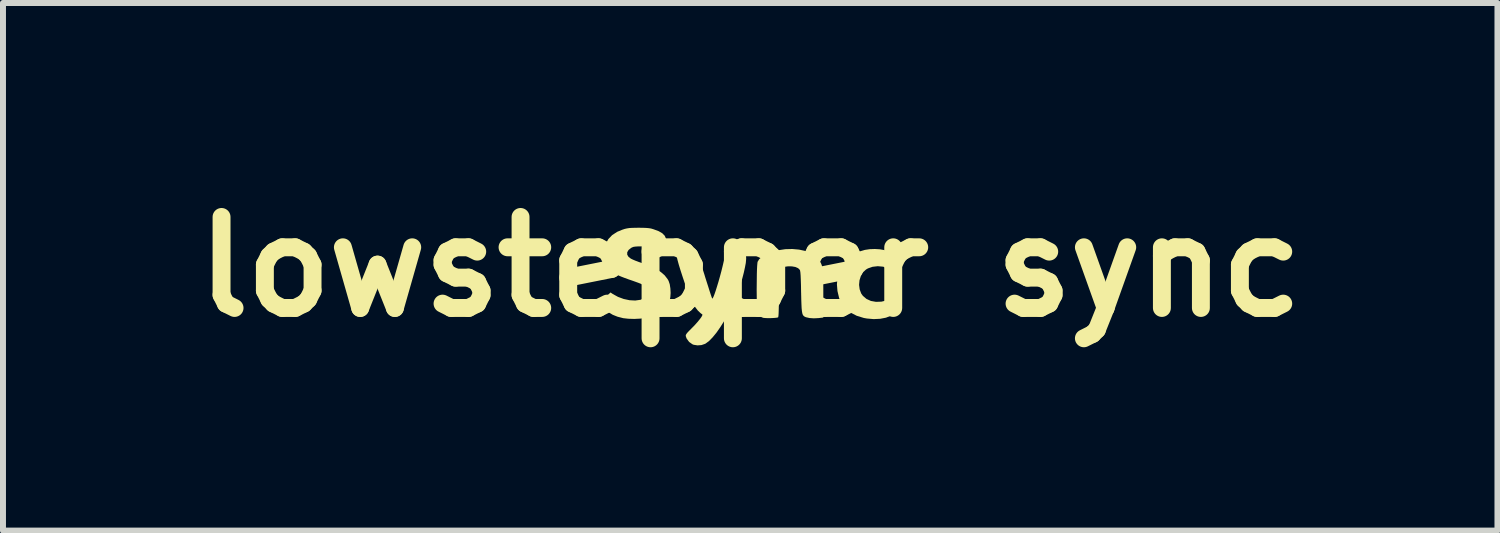
<source format=kicad_pcb>
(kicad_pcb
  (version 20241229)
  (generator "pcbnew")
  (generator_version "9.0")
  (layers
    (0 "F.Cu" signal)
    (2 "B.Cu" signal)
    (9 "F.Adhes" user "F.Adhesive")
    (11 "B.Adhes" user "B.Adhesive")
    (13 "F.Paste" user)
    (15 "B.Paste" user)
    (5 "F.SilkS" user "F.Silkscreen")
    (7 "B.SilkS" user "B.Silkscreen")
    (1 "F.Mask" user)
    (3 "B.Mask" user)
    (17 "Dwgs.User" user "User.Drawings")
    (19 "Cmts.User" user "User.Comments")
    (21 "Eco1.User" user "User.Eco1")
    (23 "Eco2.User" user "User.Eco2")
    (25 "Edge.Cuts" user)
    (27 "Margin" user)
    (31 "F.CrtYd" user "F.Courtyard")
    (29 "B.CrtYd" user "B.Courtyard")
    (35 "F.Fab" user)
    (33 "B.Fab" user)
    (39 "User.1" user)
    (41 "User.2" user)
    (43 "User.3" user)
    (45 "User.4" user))
  (footprint "lowstepper sync"
    (layer "F.Cu")
    (at 9.514 1.418)
    (property "Reference" "lowstepper sync" (at 0 0 0) (layer "F.SilkS") (effects (font (size 1.524 1.524) (thickness 0.3))))
    (attr board_only exclude_from_pos_files exclude_from_bom)
    (fp_poly (pts (xy 2.17 -0.293) (xy 2.244 -0.28) (xy 2.289 -0.264) (xy 2.355 -0.226) (xy 2.403 -0.18) (xy 2.43 -0.128) (xy 2.436 -0.073) (xy 2.419 -0.018) (xy 2.397 0.016) (xy 2.371 0.05) (xy 2.311 0.024) (xy 2.225 -0.002) (xy 2.136 -0.01) (xy 2.049 -0.000081) (xy 1.971 0.027) (xy 1.939 0.046) (xy 1.888 0.093) (xy 1.852 0.156) (xy 1.83 0.227) (xy 1.823 0.303) (xy 1.833 0.378) (xy 1.858 0.446) (xy 1.887 0.487) (xy 1.947 0.538) (xy 2.021 0.572) (xy 2.106 0.587) (xy 2.197 0.584) (xy 2.28 0.564) (xy 2.324 0.552) (xy 2.36 0.545) (xy 2.381 0.544) (xy 2.382 0.544) (xy 2.406 0.564) (xy 2.428 0.599) (xy 2.444 0.641) (xy 2.449 0.676) (xy 2.44 0.732) (xy 2.413 0.777) (xy 2.365 0.814) (xy 2.357 0.819) (xy 2.274 0.852) (xy 2.175 0.871) (xy 2.067 0.876) (xy 1.954 0.866) (xy 1.903 0.857) (xy 1.785 0.821) (xy 1.684 0.769) (xy 1.6 0.701) (xy 1.535 0.617) (xy 1.488 0.519) (xy 1.461 0.406) (xy 1.452 0.294) (xy 1.463 0.169) (xy 1.494 0.057) (xy 1.544 -0.042) (xy 1.613 -0.126) (xy 1.7 -0.196) (xy 1.804 -0.249) (xy 1.921 -0.283) (xy 2.001 -0.295) (xy 2.087 -0.298)) (stroke (width 0) (type solid)) (fill yes) (layer "F.SilkS"))
    (fp_poly (pts (xy 0.817 -0.288) (xy 0.919 -0.266) (xy 1.01 -0.23) (xy 1.087 -0.183) (xy 1.145 -0.125) (xy 1.151 -0.115) (xy 1.17 -0.087) (xy 1.185 -0.059) (xy 1.197 -0.029) (xy 1.207 0.006) (xy 1.214 0.049) (xy 1.218 0.102) (xy 1.222 0.169) (xy 1.223 0.252) (xy 1.224 0.353) (xy 1.224 0.457) (xy 1.224 0.85) (xy 1.145 0.859) (xy 1.065 0.863) (xy 0.993 0.858) (xy 0.935 0.845) (xy 0.922 0.84) (xy 0.905 0.831) (xy 0.891 0.819) (xy 0.88 0.802) (xy 0.872 0.778) (xy 0.866 0.743) (xy 0.861 0.696) (xy 0.858 0.632) (xy 0.855 0.551) (xy 0.853 0.449) (xy 0.852 0.42) (xy 0.85 0.306) (xy 0.847 0.214) (xy 0.844 0.144) (xy 0.84 0.094) (xy 0.835 0.063) (xy 0.831 0.052) (xy 0.802 0.023) (xy 0.756 0.003) (xy 0.698 -0.007) (xy 0.634 -0.008) (xy 0.57 0.001) (xy 0.525 0.016) (xy 0.48 0.035) (xy 0.48 0.437) (xy 0.48 0.558) (xy 0.479 0.657) (xy 0.477 0.734) (xy 0.475 0.79) (xy 0.472 0.827) (xy 0.468 0.845) (xy 0.467 0.847) (xy 0.447 0.852) (xy 0.409 0.856) (xy 0.362 0.859) (xy 0.312 0.86) (xy 0.265 0.859) (xy 0.229 0.856) (xy 0.215 0.854) (xy 0.168 0.834) (xy 0.139 0.811) (xy 0.123 0.778) (xy 0.121 0.771) (xy 0.117 0.745) (xy 0.114 0.699) (xy 0.111 0.636) (xy 0.11 0.561) (xy 0.109 0.477) (xy 0.108 0.388) (xy 0.109 0.296) (xy 0.11 0.207) (xy 0.111 0.123) (xy 0.113 0.049) (xy 0.116 -0.013) (xy 0.12 -0.058) (xy 0.123 -0.083) (xy 0.124 -0.084) (xy 0.149 -0.125) (xy 0.193 -0.166) (xy 0.253 -0.204) (xy 0.323 -0.237) (xy 0.348 -0.246) (xy 0.468 -0.277) (xy 0.588 -0.295) (xy 0.705 -0.298)) (stroke (width 0) (type solid)) (fill yes) (layer "F.SilkS"))
    (fp_poly (pts (xy -1.035 -0.298) (xy -0.966 -0.284) (xy -0.915 -0.256) (xy -0.887 -0.222) (xy -0.878 -0.202) (xy -0.863 -0.162) (xy -0.844 -0.105) (xy -0.82 -0.035) (xy -0.794 0.046) (xy -0.766 0.134) (xy -0.756 0.168) (xy -0.728 0.256) (xy -0.702 0.337) (xy -0.68 0.407) (xy -0.661 0.465) (xy -0.647 0.506) (xy -0.638 0.529) (xy -0.637 0.532) (xy -0.628 0.527) (xy -0.615 0.501) (xy -0.598 0.458) (xy -0.578 0.4) (xy -0.556 0.33) (xy -0.532 0.251) (xy -0.508 0.166) (xy -0.484 0.077) (xy -0.462 -0.012) (xy -0.441 -0.099) (xy -0.423 -0.18) (xy -0.421 -0.193) (xy -0.409 -0.236) (xy -0.39 -0.264) (xy -0.361 -0.282) (xy -0.315 -0.292) (xy -0.276 -0.296) (xy -0.205 -0.294) (xy -0.145 -0.277) (xy -0.1 -0.246) (xy -0.091 -0.235) (xy -0.077 -0.211) (xy -0.07 -0.182) (xy -0.068 -0.14) (xy -0.069 -0.121) (xy -0.074 -0.064) (xy -0.088 0.009) (xy -0.107 0.096) (xy -0.131 0.189) (xy -0.159 0.286) (xy -0.19 0.38) (xy -0.204 0.42) (xy -0.254 0.547) (xy -0.31 0.671) (xy -0.371 0.792) (xy -0.435 0.906) (xy -0.501 1.011) (xy -0.566 1.104) (xy -0.63 1.182) (xy -0.69 1.243) (xy -0.745 1.284) (xy -0.755 1.29) (xy -0.816 1.311) (xy -0.883 1.316) (xy -0.947 1.306) (xy -0.967 1.298) (xy -1.023 1.259) (xy -1.064 1.203) (xy -1.076 1.172) (xy -1.08 1.155) (xy -1.078 1.141) (xy -1.068 1.123) (xy -1.048 1.098) (xy -1.014 1.063) (xy -0.99 1.039) (xy -0.932 0.98) (xy -0.883 0.925) (xy -0.843 0.876) (xy -0.815 0.837) (xy -0.801 0.809) (xy -0.803 0.795) (xy -0.804 0.795) (xy -0.822 0.784) (xy -0.849 0.76) (xy -0.877 0.733) (xy -0.916 0.683) (xy -0.959 0.609) (xy -1.004 0.512) (xy -1.053 0.391) (xy -1.105 0.248) (xy -1.128 0.18) (xy -1.167 0.06) (xy -1.197 -0.038) (xy -1.218 -0.115) (xy -1.231 -0.171) (xy -1.235 -0.207) (xy -1.233 -0.219) (xy -1.219 -0.234) (xy -1.19 -0.253) (xy -1.159 -0.27) (xy -1.112 -0.29) (xy -1.073 -0.298)) (stroke (width 0) (type solid)) (fill yes) (layer "F.SilkS"))
    (fp_poly (pts (xy -1.799 -0.653) (xy -1.743 -0.651) (xy -1.699 -0.647) (xy -1.661 -0.641) (xy -1.624 -0.63) (xy -1.615 -0.627) (xy -1.532 -0.596) (xy -1.472 -0.561) (xy -1.432 -0.52) (xy -1.41 -0.471) (xy -1.404 -0.422) (xy -1.41 -0.371) (xy -1.428 -0.329) (xy -1.462 -0.285) (xy -1.492 -0.253) (xy -1.529 -0.275) (xy -1.6 -0.309) (xy -1.679 -0.33) (xy -1.773 -0.341) (xy -1.825 -0.342) (xy -1.885 -0.341) (xy -1.928 -0.338) (xy -1.958 -0.333) (xy -1.982 -0.323) (xy -1.993 -0.317) (xy -2.037 -0.282) (xy -2.06 -0.243) (xy -2.06 -0.203) (xy -2.037 -0.165) (xy -1.998 -0.136) (xy -1.967 -0.121) (xy -1.92 -0.101) (xy -1.864 -0.08) (xy -1.82 -0.065) (xy -1.691 -0.017) (xy -1.585 0.033) (xy -1.499 0.086) (xy -1.433 0.143) (xy -1.384 0.206) (xy -1.367 0.236) (xy -1.348 0.292) (xy -1.337 0.363) (xy -1.333 0.438) (xy -1.338 0.509) (xy -1.344 0.539) (xy -1.376 0.622) (xy -1.429 0.696) (xy -1.502 0.759) (xy -1.593 0.81) (xy -1.662 0.836) (xy -1.744 0.855) (xy -1.84 0.868) (xy -1.942 0.873) (xy -2.042 0.87) (xy -2.131 0.86) (xy -2.132 0.859) (xy -2.222 0.836) (xy -2.302 0.804) (xy -2.367 0.765) (xy -2.414 0.721) (xy -2.442 0.673) (xy -2.444 0.665) (xy -2.447 0.634) (xy -2.447 0.594) (xy -2.445 0.579) (xy -2.438 0.541) (xy -2.422 0.511) (xy -2.391 0.478) (xy -2.389 0.477) (xy -2.34 0.43) (xy -2.301 0.456) (xy -2.214 0.504) (xy -2.119 0.539) (xy -2.02 0.56) (xy -1.926 0.565) (xy -1.84 0.553) (xy -1.835 0.552) (xy -1.788 0.529) (xy -1.749 0.493) (xy -1.724 0.449) (xy -1.717 0.413) (xy -1.721 0.379) (xy -1.736 0.349) (xy -1.764 0.322) (xy -1.808 0.296) (xy -1.869 0.27) (xy -1.952 0.24) (xy -1.969 0.234) (xy -2.036 0.211) (xy -2.102 0.187) (xy -2.159 0.165) (xy -2.202 0.147) (xy -2.212 0.142) (xy -2.301 0.087) (xy -2.368 0.022) (xy -2.415 -0.053) (xy -2.441 -0.141) (xy -2.446 -0.188) (xy -2.443 -0.293) (xy -2.42 -0.385) (xy -2.376 -0.464) (xy -2.312 -0.531) (xy -2.227 -0.586) (xy -2.139 -0.622) (xy -2.099 -0.635) (xy -2.063 -0.643) (xy -2.024 -0.649) (xy -1.977 -0.652) (xy -1.916 -0.653) (xy -1.873 -0.654)) (stroke (width 0) (type solid)) (fill yes) (layer "F.SilkS")))
  (gr_rect
    (start -3 -3)
    (end 22.028 5.836)
    (stroke (width 0.1) (type default))
    (fill no)
    (layer "Edge.Cuts")))
</source>
